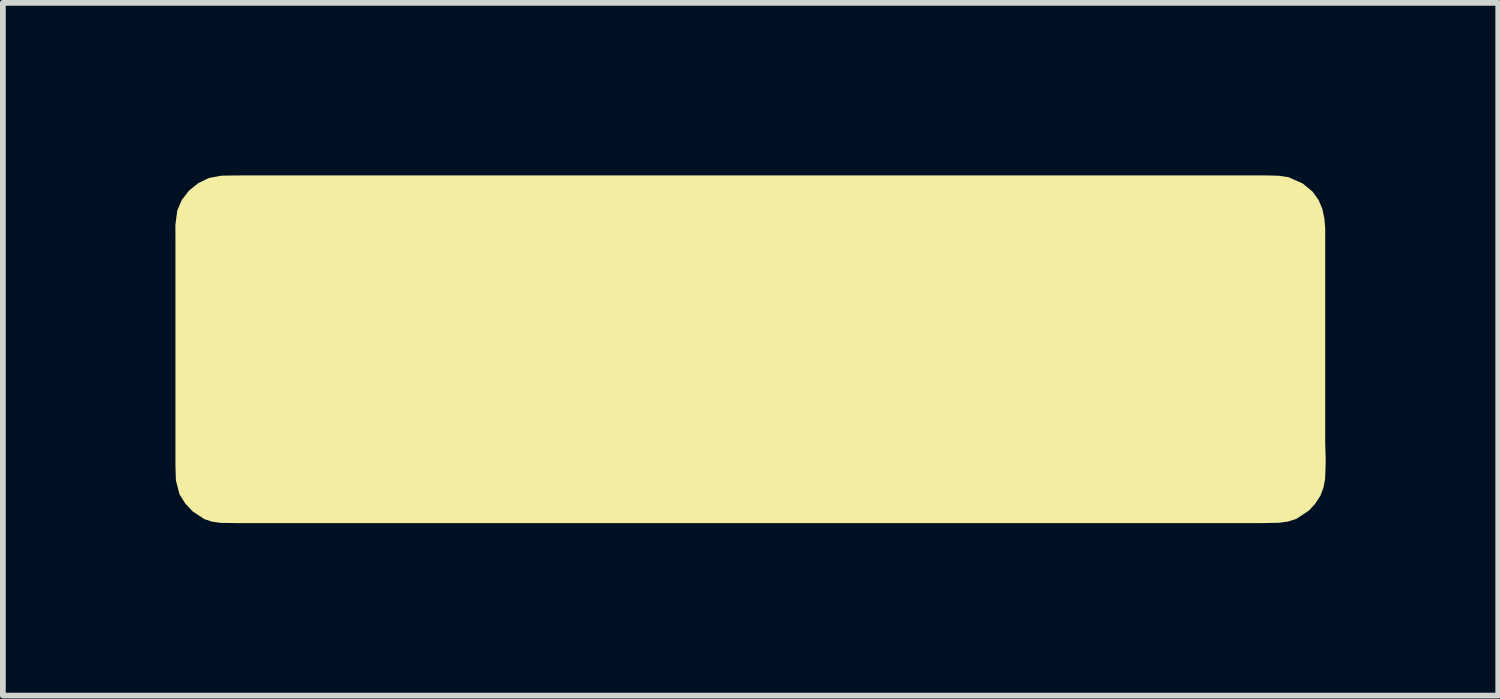
<source format=kicad_pcb>
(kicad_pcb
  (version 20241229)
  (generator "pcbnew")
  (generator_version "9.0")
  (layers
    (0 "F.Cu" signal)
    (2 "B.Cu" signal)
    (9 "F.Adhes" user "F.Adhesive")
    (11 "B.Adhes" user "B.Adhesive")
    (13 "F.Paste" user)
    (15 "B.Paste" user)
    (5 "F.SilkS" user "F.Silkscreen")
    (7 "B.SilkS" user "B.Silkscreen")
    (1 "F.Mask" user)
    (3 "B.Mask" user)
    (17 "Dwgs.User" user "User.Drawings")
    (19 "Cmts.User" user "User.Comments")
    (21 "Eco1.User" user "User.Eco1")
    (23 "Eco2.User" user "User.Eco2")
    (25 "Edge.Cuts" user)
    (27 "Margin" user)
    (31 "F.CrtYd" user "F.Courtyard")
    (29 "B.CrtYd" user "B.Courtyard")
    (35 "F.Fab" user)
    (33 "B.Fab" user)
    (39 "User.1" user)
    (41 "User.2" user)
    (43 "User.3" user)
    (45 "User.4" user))
  (footprint "footprint"
    (layer "F.Cu")
    (at 9.979 3.036)
    (property "Reference" "footprint" (at 0 0 0) (layer "F.SilkS") (effects (font (size 1.27 1.27) (thickness 0.15))))
    (fp_poly (pts (xy 8.919 -0.473) (xy 8.606 -0.473) (xy 8.606 -1.667) (xy 8.919 -1.667)) (stroke (width 0) (type solid)) (fill yes) (layer "F.SilkS"))
    (fp_poly (pts (xy 8.813 -2.126) (xy 8.917 -2.06) (xy 8.945 -1.989) (xy 8.938 -1.914) (xy 8.901 -1.848) (xy 8.837 -1.806) (xy 8.707 -1.801) (xy 8.609 -1.869) (xy 8.581 -1.939) (xy 8.588 -2.015) (xy 8.625 -2.081) (xy 8.71 -2.128)) (stroke (width 0) (type solid)) (fill yes) (layer "F.SilkS"))
    (fp_poly (pts (xy 5.286 -1.354) (xy 5.131 -1.363) (xy 5.056 -1.35) (xy 4.988 -1.311) (xy 4.949 -1.259) (xy 4.934 -1.199) (xy 4.934 -1.07) (xy 4.934 -0.473) (xy 4.621 -0.473) (xy 4.621 -1.667) (xy 4.92 -1.667) (xy 4.92 -1.545) (xy 5.042 -1.649) (xy 5.286 -1.68)) (stroke (width 0) (type solid)) (fill yes) (layer "F.SilkS"))
    (fp_poly (pts (xy 7.644 -2.073) (xy 7.935 -2.058) (xy 8.072 -2.02) (xy 8.201 -1.947) (xy 8.305 -1.831) (xy 8.366 -1.685) (xy 8.385 -1.529) (xy 8.36 -1.374) (xy 8.29 -1.234) (xy 8.173 -1.128) (xy 8.013 -1.061) (xy 7.842 -1.032) (xy 7.496 -1.029) (xy 7.496 -0.473) (xy 7.156 -0.473) (xy 7.156 -2.073)) (stroke (width 0) (type solid)) (fill yes) (layer "F.SilkS"))
    (fp_poly (pts (xy 4.118 0.859) (xy 4.121 0.949) (xy 4.121 1.045) (xy 3.988 1.043) (xy 3.863 1.077) (xy 3.788 1.149) (xy 3.752 1.231) (xy 3.741 1.424) (xy 3.741 2.048) (xy 3.537 2.048) (xy 3.537 0.991) (xy 3.538 0.851) (xy 3.633 0.848) (xy 3.74 0.849) (xy 3.74 0.929) (xy 3.741 0.99) (xy 3.746 0.991) (xy 3.793 0.923) (xy 3.857 0.877) (xy 4.012 0.841) (xy 4.066 0.84)) (stroke (width 0) (type solid)) (fill yes) (layer "F.SilkS"))
    (fp_poly (pts (xy 4.474 -1.632) (xy 4.473 -1.585) (xy 4.47 -1.47) (xy 4.468 -1.353) (xy 4.284 -1.361) (xy 4.203 -1.333) (xy 4.14 -1.248) (xy 4.128 -1.167) (xy 4.126 -1.15) (xy 4.126 -1.135) (xy 4.12 -1.054) (xy 4.11 -0.473) (xy 3.794 -0.473) (xy 3.794 -1.667) (xy 4.012 -1.667) (xy 4.102 -1.666) (xy 4.107 -1.531) (xy 4.114 -1.532) (xy 4.157 -1.598) (xy 4.216 -1.645) (xy 4.364 -1.68) (xy 4.476 -1.686)) (stroke (width 0) (type solid)) (fill yes) (layer "F.SilkS"))
    (fp_poly (pts (xy -0.28 0.884) (xy -0.327 0.884) (xy -0.327 0.448) (xy 0.094 0.444) (xy 0.296 0.452) (xy 0.501 0.502) (xy 0.63 0.6) (xy 0.706 0.743) (xy 0.722 0.905) (xy 0.673 1.059) (xy 0.593 1.146) (xy 0.502 1.221) (xy 0.634 1.282) (xy 0.721 1.396) (xy 0.761 1.535) (xy 0.758 1.683) (xy 0.712 1.825) (xy 0.623 1.935) (xy 0.51 2.002) (xy 0.39 2.036) (xy 0.135 2.048) (xy -0.327 2.048) (xy -0.327 0.884)) (stroke (width 0) (type solid)) (fill yes) (layer "F.SilkS"))
    (fp_poly (pts (xy 1.64 0.85) (xy 1.796 0.911) (xy 1.919 1.014) (xy 2.008 1.151) (xy 2.061 1.309) (xy 2.075 1.449) (xy 2.075 1.449) (xy 2.077 1.473) (xy 2.077 1.477) (xy 2.059 1.636) (xy 2.003 1.792) (xy 1.909 1.926) (xy 1.772 2.021) (xy 1.612 2.071) (xy 1.425 2.074) (xy 1.267 2.015) (xy 1.135 1.9) (xy 1.041 1.744) (xy 0.99 1.574) (xy 0.979 1.395) (xy 1.01 1.217) (xy 1.088 1.058) (xy 1.241 0.917) (xy 1.436 0.845)) (stroke (width 0) (type solid)) (fill yes) (layer "F.SilkS"))
    (fp_poly (pts (xy 5.233 1.973) (xy 5.232 2.053) (xy 5.13 2.054) (xy 5.028 2.053) (xy 5.028 1.94) (xy 4.916 2.022) (xy 4.784 2.066) (xy 4.635 2.075) (xy 4.459 2.017) (xy 4.337 1.894) (xy 4.264 1.734) (xy 4.23 1.552) (xy 4.229 1.364) (xy 4.257 1.194) (xy 4.313 1.061) (xy 4.402 0.949) (xy 4.521 0.871) (xy 4.662 0.841) (xy 4.825 0.857) (xy 4.927 0.898) (xy 5.014 0.962) (xy 5.014 0.366) (xy 5.232 0.366) (xy 5.232 1.912)) (stroke (width 0) (type solid)) (fill yes) (layer "F.SilkS"))
    (fp_poly (pts (xy 1.654 -1.572) (xy 1.821 -1.669) (xy 2.008 -1.678) (xy 2.182 -1.606) (xy 2.313 -1.463) (xy 2.365 -1.325) (xy 2.385 -1.178) (xy 2.388 -1.093) (xy 2.388 -1.093) (xy 2.392 -1.001) (xy 2.369 -0.818) (xy 2.304 -0.65) (xy 2.182 -0.518) (xy 2.006 -0.455) (xy 1.856 -0.455) (xy 1.731 -0.5) (xy 1.619 -0.586) (xy 1.618 -0.472) (xy 1.395 -0.473) (xy 1.316 -0.471) (xy 1.314 -0.582) (xy 1.314 -2.046) (xy 1.315 -2.154) (xy 1.423 -2.155) (xy 1.64 -2.155)) (stroke (width 0) (type solid)) (fill yes) (layer "F.SilkS"))
    (fp_poly (pts (xy -3.715 -2.067) (xy -3.715 -2.073) (xy -3.674 -2.073) (xy -3.634 -2.073) (xy -3.43 -2.073) (xy -3.009 -2.071) (xy -2.803 -2.025) (xy -2.63 -1.911) (xy -2.555 -1.788) (xy -2.521 -1.634) (xy -2.527 -1.482) (xy -2.571 -1.339) (xy -2.659 -1.218) (xy -2.792 -1.151) (xy -2.659 -0.88) (xy -2.546 -0.65) (xy -2.467 -0.473) (xy -2.712 -0.473) (xy -2.815 -0.472) (xy -2.891 -0.609) (xy -3.049 -0.907) (xy -3.13 -1.055) (xy -3.375 -1.056) (xy -3.375 -0.473) (xy -3.715 -0.473) (xy -3.715 -1.937)) (stroke (width 0) (type solid)) (fill yes) (layer "F.SilkS"))
    (fp_poly (pts (xy -2.91 0.448) (xy -2.769 0.507) (xy -2.647 0.598) (xy -2.552 0.714) (xy -2.485 0.855) (xy -2.444 1.083) (xy -2.441 1.28) (xy -2.441 1.28) (xy -2.44 1.316) (xy -2.484 1.626) (xy -2.544 1.773) (xy -2.634 1.9) (xy -2.751 1.996) (xy -2.901 2.057) (xy -3.105 2.075) (xy -3.281 2.044) (xy -3.449 1.957) (xy -3.572 1.83) (xy -3.657 1.671) (xy -3.705 1.492) (xy -3.722 1.308) (xy -3.715 1.126) (xy -3.649 0.829) (xy -3.58 0.691) (xy -3.483 0.575) (xy -3.364 0.491) (xy -3.213 0.439) (xy -3.059 0.425)) (stroke (width 0) (type solid)) (fill yes) (layer "F.SilkS"))
    (fp_poly (pts (xy 5.675 -1.66) (xy 5.738 -1.463) (xy 5.896 -0.95) (xy 6.053 -1.45) (xy 6.117 -1.66) (xy 6.208 -1.667) (xy 6.452 -1.667) (xy 6.388 -1.44) (xy 6.307 -1.219) (xy 6.193 -0.902) (xy 6.086 -0.582) (xy 6.013 -0.342) (xy 5.964 -0.223) (xy 5.896 -0.121) (xy 5.802 -0.044) (xy 5.696 -0.006) (xy 5.462 -0.012) (xy 5.462 -0.257) (xy 5.56 -0.269) (xy 5.651 -0.306) (xy 5.717 -0.373) (xy 5.739 -0.473) (xy 5.678 -0.663) (xy 5.565 -1.003) (xy 5.444 -1.341) (xy 5.378 -1.501) (xy 5.339 -1.667) (xy 5.584 -1.667)) (stroke (width 0) (type solid)) (fill yes) (layer "F.SilkS"))
    (fp_poly (pts (xy 2.898 -0.862) (xy 2.948 -0.79) (xy 3.017 -0.745) (xy 3.099 -0.724) (xy 3.276 -0.746) (xy 3.429 -0.84) (xy 3.443 -0.84) (xy 3.53 -0.759) (xy 3.587 -0.663) (xy 3.567 -0.616) (xy 3.519 -0.572) (xy 3.415 -0.511) (xy 3.247 -0.456) (xy 3.068 -0.448) (xy 2.893 -0.487) (xy 2.737 -0.572) (xy 2.625 -0.703) (xy 2.558 -0.874) (xy 2.536 -1.05) (xy 2.551 -1.228) (xy 2.609 -1.404) (xy 2.71 -1.542) (xy 2.852 -1.637) (xy 3.015 -1.682) (xy 3.186 -1.679) (xy 3.347 -1.627) (xy 3.481 -1.527) (xy 3.574 -1.382) (xy 3.617 -1.174) (xy 3.619 -0.961) (xy 2.874 -0.961)) (stroke (width 0) (type solid)) (fill yes) (layer "F.SilkS"))
    (fp_poly (pts (xy 0.901 -1.619) (xy 1.039 -1.477) (xy 1.1 -1.331) (xy 1.132 -1.16) (xy 1.132 -1.093) (xy 1.132 -1.093) (xy 1.132 -0.993) (xy 1.105 -0.829) (xy 1.043 -0.67) (xy 0.945 -0.542) (xy 0.81 -0.463) (xy 0.636 -0.446) (xy 0.5 -0.485) (xy 0.379 -0.554) (xy 0.379 -0.175) (xy 0.378 -0.099) (xy 0.375 -0.013) (xy 0.338 -0.012) (xy 0.298 -0.012) (xy 0.159 -0.012) (xy 0.09 -0.014) (xy 0.052 -0.013) (xy 0.052 -0.242) (xy 0.053 -0.433) (xy 0.053 -1.544) (xy 0.054 -1.668) (xy 0.121 -1.667) (xy 0.243 -1.67) (xy 0.369 -1.668) (xy 0.368 -1.612) (xy 0.366 -1.559) (xy 0.534 -1.661) (xy 0.722 -1.681)) (stroke (width 0) (type solid)) (fill yes) (layer "F.SilkS"))
    (fp_poly (pts (xy -1.498 0.847) (xy -1.361 0.905) (xy -1.263 1.017) (xy -1.221 1.197) (xy -1.22 1.384) (xy -1.22 2.048) (xy -1.425 2.048) (xy -1.425 1.614) (xy -1.414 1.343) (xy -1.429 1.201) (xy -1.483 1.086) (xy -1.539 1.041) (xy -1.604 1.018) (xy -1.746 1.033) (xy -1.872 1.107) (xy -1.935 1.211) (xy -1.94 1.313) (xy -1.939 1.424) (xy -1.94 1.828) (xy -1.941 1.928) (xy -1.941 2.053) (xy -1.98 2.052) (xy -2.039 2.053) (xy -2.156 2.052) (xy -2.156 0.991) (xy -2.156 0.862) (xy -2.06 0.858) (xy -1.961 0.86) (xy -1.96 0.933) (xy -1.961 1.004) (xy -1.951 1.002) (xy -1.877 0.929) (xy -1.79 0.879) (xy -1.648 0.839)) (stroke (width 0) (type solid)) (fill yes) (layer "F.SilkS"))
    (fp_poly (pts (xy -1.589 -1.652) (xy -1.437 -1.558) (xy -1.377 -1.475) (xy -1.345 -1.38) (xy -1.329 -1.178) (xy -1.329 -0.934) (xy -1.329 -0.867) (xy -1.329 -0.867) (xy -1.329 -0.69) (xy -1.288 -0.473) (xy -1.519 -0.473) (xy -1.609 -0.474) (xy -1.641 -0.568) (xy -1.795 -0.476) (xy -1.975 -0.448) (xy -2.149 -0.49) (xy -2.287 -0.609) (xy -2.349 -0.771) (xy -2.325 -0.931) (xy -2.232 -1.068) (xy -2.088 -1.161) (xy -1.874 -1.203) (xy -1.655 -1.206) (xy -1.669 -1.323) (xy -1.736 -1.417) (xy -1.816 -1.442) (xy -1.899 -1.427) (xy -1.965 -1.377) (xy -1.993 -1.3) (xy -2.319 -1.3) (xy -2.306 -1.397) (xy -2.268 -1.48) (xy -2.136 -1.606) (xy -1.966 -1.672) (xy -1.778 -1.689)) (stroke (width 0) (type solid)) (fill yes) (layer "F.SilkS"))
    (fp_poly (pts (xy 3.02 0.88) (xy 3.154 0.99) (xy 3.202 1.089) (xy 3.222 1.194) (xy 3.226 1.411) (xy 3.221 1.618) (xy 3.221 1.618) (xy 3.221 1.634) (xy 3.226 1.858) (xy 3.267 2.048) (xy 3.045 2.05) (xy 3.022 1.94) (xy 2.913 2.014) (xy 2.793 2.062) (xy 2.666 2.079) (xy 2.534 2.057) (xy 2.381 1.962) (xy 2.294 1.813) (xy 2.284 1.641) (xy 2.362 1.478) (xy 2.457 1.401) (xy 2.573 1.355) (xy 2.819 1.329) (xy 2.932 1.333) (xy 2.987 1.322) (xy 3.019 1.289) (xy 3.013 1.194) (xy 2.977 1.118) (xy 2.918 1.062) (xy 2.758 1.01) (xy 2.674 1.018) (xy 2.601 1.05) (xy 2.546 1.109) (xy 2.521 1.194) (xy 2.303 1.194) (xy 2.319 1.104) (xy 2.359 1.026) (xy 2.494 0.908) (xy 2.661 0.846) (xy 2.842 0.834)) (stroke (width 0) (type solid)) (fill yes) (layer "F.SilkS"))
    (fp_poly (pts (xy -9.196 3.007) (xy -9.339 2.987) (xy -9.476 2.941) (xy -9.679 2.807) (xy -9.808 2.669) (xy -9.908 2.509) (xy -9.97 2.269) (xy -9.978 2.021) (xy -9.978 -1.924) (xy -9.979 -2.176) (xy -9.946 -2.426) (xy -9.865 -2.613) (xy -9.739 -2.775) (xy -9.578 -2.903) (xy -9.395 -2.991) (xy -9.178 -3.031) (xy -8.962 -3.034) (xy -8.744 -3.036) (xy 8.675 -3.036) (xy 9.029 -3.035) (xy 9.208 -3.03) (xy 9.38 -3.004) (xy 9.624 -2.896) (xy 9.8 -2.751) (xy 9.902 -2.608) (xy 9.967 -2.455) (xy 10.002 -2.289) (xy 10.017 -2.117) (xy 10.017 -1.775) (xy 10.017 1.614) (xy 10.026 1.926) (xy 10.016 2.237) (xy 9.988 2.391) (xy 9.933 2.536) (xy 9.844 2.673) (xy 9.732 2.794) (xy 9.515 2.938) (xy 9.369 2.984) (xy 9.221 3.005) (xy 8.919 3.011) (xy -8.906 3.011)) (stroke (width 0) (type solid)) (fill yes) (layer "F.SilkS"))
    (fp_poly (pts (xy -0.327 -1.614) (xy -0.242 -1.548) (xy -0.179 -1.463) (xy -0.136 -1.3) (xy -0.462 -1.3) (xy -0.488 -1.367) (xy -0.533 -1.416) (xy -0.593 -1.444) (xy -0.665 -1.449) (xy -0.765 -1.406) (xy -0.802 -1.364) (xy -0.809 -1.314) (xy -0.769 -1.255) (xy -0.697 -1.218) (xy -0.543 -1.181) (xy -0.402 -1.142) (xy -0.272 -1.079) (xy -0.198 -1.005) (xy -0.153 -0.911) (xy -0.138 -0.807) (xy -0.154 -0.704) (xy -0.213 -0.601) (xy -0.304 -0.528) (xy -0.414 -0.482) (xy -0.529 -0.459) (xy -0.739 -0.461) (xy -0.94 -0.519) (xy -1.025 -0.573) (xy -1.093 -0.646) (xy -1.137 -0.739) (xy -1.153 -0.854) (xy -0.936 -0.854) (xy -0.857 -0.847) (xy -0.787 -0.731) (xy -0.71 -0.689) (xy -0.619 -0.678) (xy -0.532 -0.7) (xy -0.467 -0.758) (xy -0.456 -0.817) (xy -0.489 -0.864) (xy -0.597 -0.92) (xy -0.928 -1.029) (xy -1.058 -1.131) (xy -1.1 -1.205) (xy -1.122 -1.3) (xy -1.115 -1.41) (xy -1.075 -1.498) (xy -1.009 -1.568) (xy -0.924 -1.62) (xy -0.725 -1.676) (xy -0.529 -1.68)) (stroke (width 0) (type solid)) (fill yes) (layer "F.SilkS"))
    (fp_poly (pts (xy -7.085 0.109) (xy -7.013 0.288) (xy -6.885 0.437) (xy -6.716 0.53) (xy -6.621 0.546) (xy -6.521 0.538) (xy -6.357 0.46) (xy -6.255 0.322) (xy -6.221 0.152) (xy -6.232 0.093) (xy -6.099 0.093) (xy -6.09 0.295) (xy -6.041 0.516) (xy -5.997 0.616) (xy -5.96 0.655) (xy -5.911 0.662) (xy -5.843 0.608) (xy -5.801 0.529) (xy -5.76 0.405) (xy -5.756 0.33) (xy -5.615 0.33) (xy -5.619 0.441) (xy -5.682 0.625) (xy -5.768 0.747) (xy -5.793 0.842) (xy -5.821 0.941) (xy -5.821 0.941) (xy -5.853 1.056) (xy -5.937 1.262) (xy -6.009 1.36) (xy -6.094 1.436) (xy -6.29 1.565) (xy -6.642 1.766) (xy -6.832 1.908) (xy -7.035 1.991) (xy -7.199 2.003) (xy -7.199 2.003) (xy -7.253 2.008) (xy -7.439 1.962) (xy -7.605 1.867) (xy -7.714 1.779) (xy -7.849 1.721) (xy -8.093 1.565) (xy -8.258 1.463) (xy -8.401 1.33) (xy -8.475 1.203) (xy -8.493 1.156) (xy -8.493 1.156) (xy -8.528 1.062) (xy -8.606 0.774) (xy -8.699 0.625) (xy -8.763 0.447) (xy -8.77 0.295) (xy -8.626 0.295) (xy -8.629 0.364) (xy -8.603 0.489) (xy -8.553 0.606) (xy -8.511 0.657) (xy -8.459 0.678) (xy -8.417 0.664) (xy -8.385 0.629) (xy -8.347 0.543) (xy -8.295 0.316) (xy -8.287 0.152) (xy -8.139 0.151) (xy -8.143 0.2) (xy -8.108 0.353) (xy -8.02 0.478) (xy -7.876 0.552) (xy -7.7 0.556) (xy -7.534 0.5) (xy -7.4 0.381) (xy -7.308 0.225) (xy -7.269 0.055) (xy -7.277 0.008) (xy -7.088 0.008)) (stroke (width 0) (type solid)) (fill yes) (layer "F.SilkS"))
    (fp_poly (pts (xy -7.673 -1.942) (xy -7.564 -1.924) (xy -7.483 -1.863) (xy -7.415 -1.837) (xy -7.35 -1.798) (xy -7.257 -1.674) (xy -7.198 -1.532) (xy -7.127 -1.671) (xy -7.036 -1.802) (xy -6.977 -1.839) (xy -6.914 -1.863) (xy -6.806 -1.933) (xy -6.711 -1.942) (xy -6.554 -1.975) (xy -6.397 -1.982) (xy -6.24 -1.963) (xy -6.087 -1.918) (xy -5.978 -1.906) (xy -5.87 -1.854) (xy -5.813 -1.839) (xy -5.768 -1.802) (xy -5.761 -1.746) (xy -5.766 -1.689) (xy -5.748 -1.599) (xy -5.76 -1.545) (xy -5.76 -1.545) (xy -5.775 -1.479) (xy -5.822 -1.368) (xy -5.847 -1.273) (xy -5.89 -1.219) (xy -5.919 -1.137) (xy -6.001 -1.056) (xy -6.125 -0.945) (xy -6.18 -0.893) (xy -6.249 -0.866) (xy -6.121 -0.743) (xy -5.994 -0.609) (xy -5.968 -0.528) (xy -6.117 -0.528) (xy -6.178 -0.62) (xy -6.289 -0.704) (xy -6.42 -0.755) (xy -6.561 -0.771) (xy -6.71 -0.758) (xy -6.678 -0.682) (xy -6.646 -0.641) (xy -6.773 -0.641) (xy -6.797 -0.69) (xy -6.888 -0.78) (xy -7.008 -0.839) (xy -7.138 -0.867) (xy -7.266 -0.864) (xy -7.391 -0.826) (xy -7.515 -0.752) (xy -7.553 -0.697) (xy -7.712 -0.697) (xy -7.66 -0.771) (xy -7.822 -0.785) (xy -7.957 -0.767) (xy -8.084 -0.714) (xy -8.19 -0.629) (xy -8.264 -0.514) (xy -8.276 -0.471) (xy -8.435 -0.471) (xy -8.403 -0.582) (xy -8.332 -0.684) (xy -8.243 -0.77) (xy -8.135 -0.866) (xy -8.204 -0.893) (xy -8.258 -0.945) (xy -8.338 -0.99) (xy -8.385 -1.067) (xy -8.48 -1.164) (xy -8.572 -1.375) (xy -8.572 -1.375) (xy -8.604 -1.449) (xy -8.606 -1.522) (xy -8.636 -1.599) (xy -8.618 -1.693) (xy -8.622 -1.748) (xy -8.616 -1.802) (xy -8.565 -1.845) (xy -8.5 -1.859) (xy -8.405 -1.906) (xy -8.31 -1.915) (xy -8.107 -1.979) (xy -7.888 -1.982)) (stroke (width 0) (type solid)) (fill yes) (layer "F.SilkS"))
    (fp_poly (pts (xy -7.59 -0.644) (xy -7.588 -0.581) (xy -7.551 -0.514) (xy -7.496 -0.465) (xy -7.395 -0.416) (xy -7.28 -0.392) (xy -7.049 -0.393) (xy -6.934 -0.42) (xy -6.827 -0.478) (xy -6.765 -0.57) (xy -6.766 -0.626) (xy -6.773 -0.641) (xy -6.646 -0.641) (xy -6.624 -0.612) (xy -6.493 -0.496) (xy -6.317 -0.35) (xy -6.141 -0.241) (xy -6.102 -0.223) (xy -6.063 -0.232) (xy -6.052 -0.27) (xy -6.06 -0.311) (xy -6.099 -0.5) (xy -6.117 -0.528) (xy -5.969 -0.528) (xy -5.913 -0.352) (xy -5.911 -0.282) (xy -5.897 -0.216) (xy -5.827 -0.138) (xy -5.748 -0.067) (xy -5.657 0.079) (xy -5.612 0.245) (xy -5.615 0.331) (xy -5.756 0.331) (xy -5.753 0.272) (xy -5.78 0.142) (xy -5.846 0.028) (xy -5.927 -0.057) (xy -5.979 -0.088) (xy -6.033 -0.091) (xy -6.068 -0.066) (xy -6.088 -0.024) (xy -6.1 0.069) (xy -6.099 0.094) (xy -6.232 0.094) (xy -6.255 -0.026) (xy -6.344 -0.178) (xy -6.471 -0.293) (xy -6.628 -0.358) (xy -6.805 -0.362) (xy -6.947 -0.301) (xy -7.043 -0.188) (xy -7.09 -0.044) (xy -7.088 0.008) (xy -7.277 0.008) (xy -7.296 -0.109) (xy -7.384 -0.246) (xy -7.52 -0.333) (xy -7.686 -0.349) (xy -7.836 -0.303) (xy -7.966 -0.219) (xy -8.067 -0.102) (xy -8.129 0.042) (xy -8.139 0.151) (xy -8.287 0.152) (xy -8.283 0.082) (xy -8.295 -0.024) (xy -8.319 -0.07) (xy -8.364 -0.089) (xy -8.449 -0.052) (xy -8.517 0.015) (xy -8.586 0.122) (xy -8.623 0.24) (xy -8.626 0.295) (xy -8.77 0.295) (xy -8.771 0.258) (xy -8.722 0.078) (xy -8.622 -0.081) (xy -8.55 -0.145) (xy -8.487 -0.216) (xy -8.473 -0.276) (xy -8.473 -0.338) (xy -8.435 -0.472) (xy -8.276 -0.472) (xy -8.302 -0.374) (xy -8.309 -0.23) (xy -8.08 -0.341) (xy -7.782 -0.596) (xy -7.712 -0.698) (xy -7.552 -0.698)) (stroke (width 0) (type solid)) (fill yes) (layer "F.SilkS")))
  (gr_rect
    (start -3 -3)
    (end 23.005 9.047)
    (stroke (width 0.1) (type default))
    (fill no)
    (layer "Edge.Cuts")))
</source>
